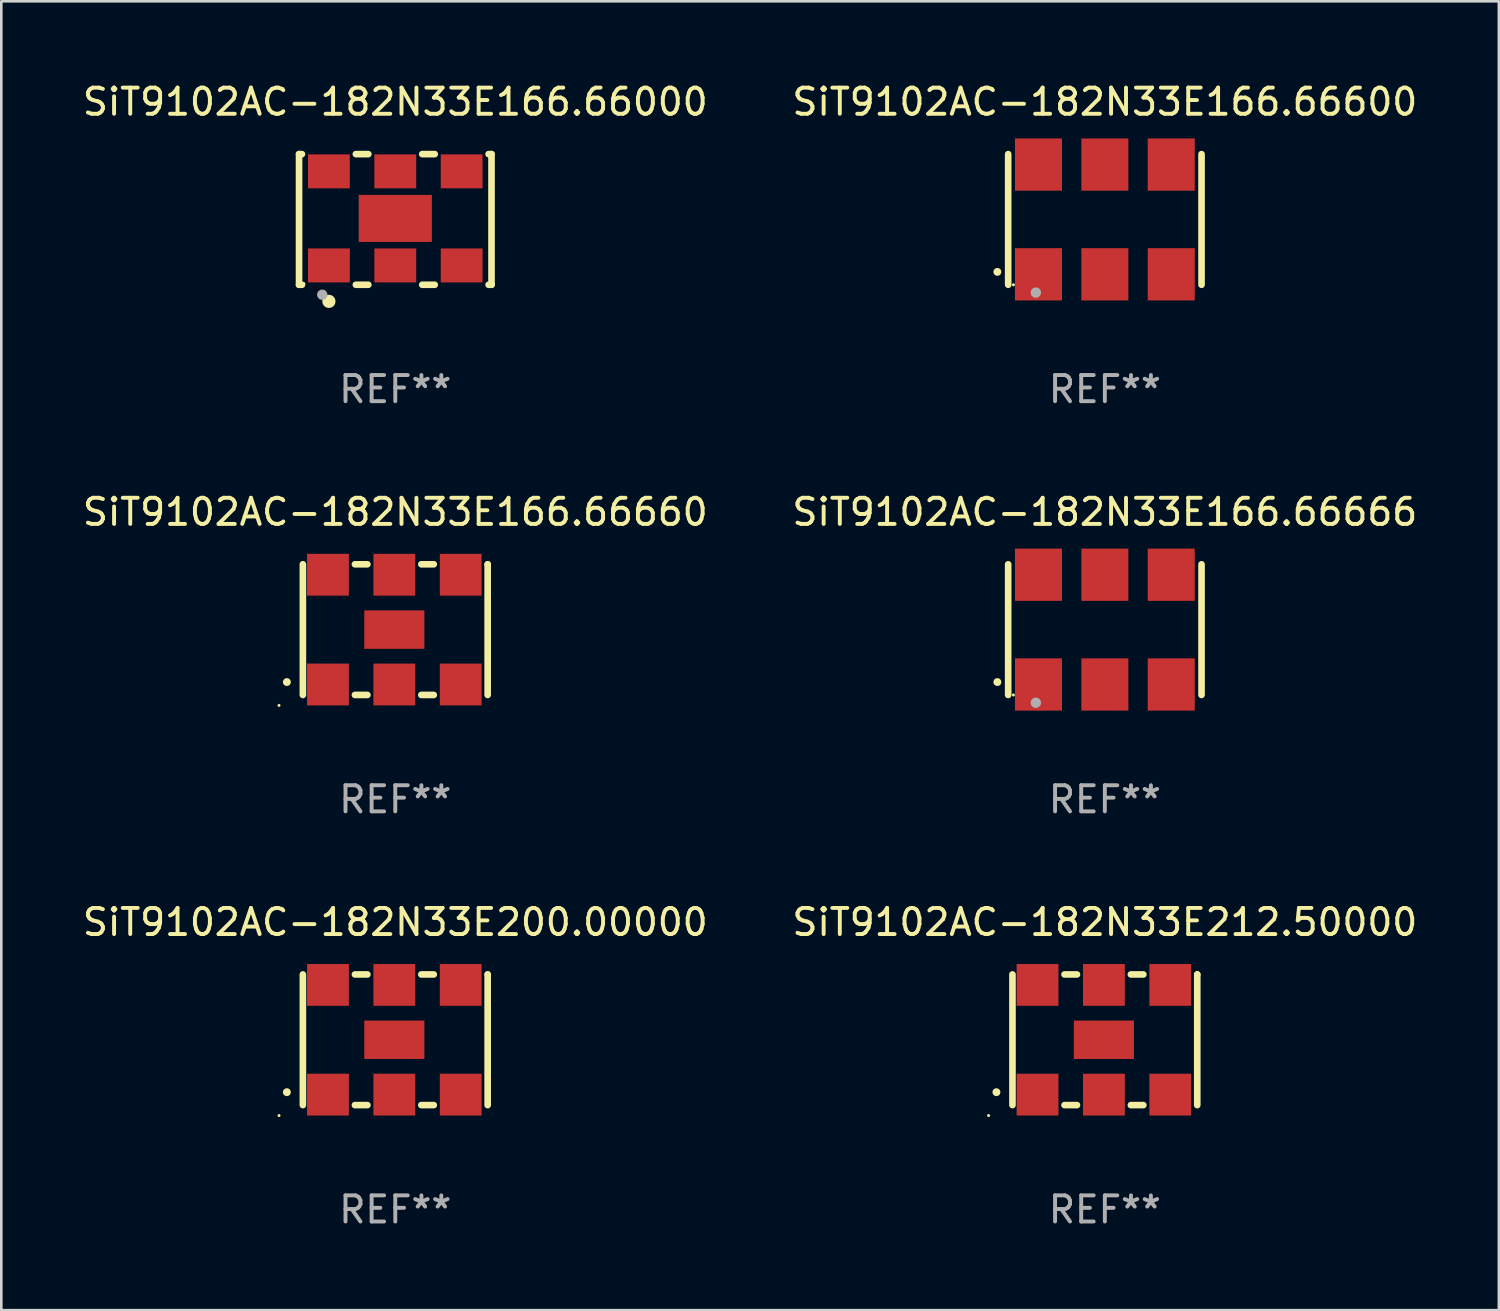
<source format=kicad_pcb>
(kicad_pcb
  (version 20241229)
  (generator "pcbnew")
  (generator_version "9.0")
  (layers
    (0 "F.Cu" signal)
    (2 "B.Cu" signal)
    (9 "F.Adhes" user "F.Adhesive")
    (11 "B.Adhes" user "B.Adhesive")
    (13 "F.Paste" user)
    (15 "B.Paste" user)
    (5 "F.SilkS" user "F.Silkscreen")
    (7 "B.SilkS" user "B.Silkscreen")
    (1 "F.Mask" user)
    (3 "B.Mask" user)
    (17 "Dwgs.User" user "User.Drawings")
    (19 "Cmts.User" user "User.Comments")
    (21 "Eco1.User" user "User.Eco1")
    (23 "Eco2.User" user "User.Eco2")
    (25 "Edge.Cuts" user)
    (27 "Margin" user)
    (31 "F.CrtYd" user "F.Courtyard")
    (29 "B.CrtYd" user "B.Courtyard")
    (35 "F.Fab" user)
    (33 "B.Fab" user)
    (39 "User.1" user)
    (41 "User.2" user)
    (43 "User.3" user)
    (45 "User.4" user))
  (footprint "SiT9102AC-182N33E166.66000"
    (layer "F.Cu")
    (at 12.077 5.348)
    (property "Reference" "SiT9102AC-182N33E166.66000" (at 0 -4.5 0) (layer "F.SilkS") (effects (font (size 1 1) (thickness 0.15))))
    (attr through_hole)
    (fp_line (start -3.683 -2.5) (end -3.571 -2.5) (stroke (width 0.254) (type solid)) (layer "F.SilkS"))
    (fp_line (start -3.683 2.5) (end -3.683 -2.5) (stroke (width 0.254) (type solid)) (layer "F.SilkS"))
    (fp_line (start -3.683 2.5) (end -3.571 2.5) (stroke (width 0.254) (type solid)) (layer "F.SilkS"))
    (fp_line (start -1.509 -2.5) (end -1.031 -2.5) (stroke (width 0.254) (type solid)) (layer "F.SilkS"))
    (fp_line (start -1.509 2.5) (end -1.031 2.5) (stroke (width 0.254) (type solid)) (layer "F.SilkS"))
    (fp_line (start 1.031 -2.5) (end 1.509 -2.5) (stroke (width 0.254) (type solid)) (layer "F.SilkS"))
    (fp_line (start 1.031 2.5) (end 1.509 2.5) (stroke (width 0.254) (type solid)) (layer "F.SilkS"))
    (fp_line (start 3.571 -2.5) (end 3.683 -2.5) (stroke (width 0.254) (type solid)) (layer "F.SilkS"))
    (fp_line (start 3.571 2.5) (end 3.683 2.5) (stroke (width 0.254) (type solid)) (layer "F.SilkS"))
    (fp_line (start 3.683 2.5) (end 3.683 -2.5) (stroke (width 0.254) (type solid)) (layer "F.SilkS"))
    (fp_circle (center -3.5 2.46) (end -3.47 2.46) (stroke (width 0.06) (type solid)) (fill no) (layer "F.SilkS"))
    (fp_circle (center -2.54 3.135) (end -2.413 3.135) (stroke (width 0.254) (type solid)) (fill no) (layer "F.SilkS"))
    (fp_circle (center -2.794 2.881) (end -2.694 2.881) (stroke (width 0.2) (type solid)) (fill no) (layer "F.Fab"))
    (fp_text user "REF**" (at 0 6.5 0) (layer "F.Fab") (effects (font (size 1 1) (thickness 0.15))))
    (pad "1" smd rect (at -2.54 1.76) (size 1.6 1.3) (layers "F.Cu" "F.Mask" "F.Paste"))
    (pad "2" smd rect (at 0 1.76) (size 1.6 1.3) (layers "F.Cu" "F.Mask" "F.Paste"))
    (pad "3" smd rect (at 2.54 1.76) (size 1.6 1.3) (layers "F.Cu" "F.Mask" "F.Paste"))
    (pad "4" smd rect (at 2.54 -1.84) (size 1.6 1.3) (layers "F.Cu" "F.Mask" "F.Paste"))
    (pad "5" smd rect (at 0 -1.84) (size 1.6 1.3) (layers "F.Cu" "F.Mask" "F.Paste"))
    (pad "6" smd rect (at -2.54 -1.84) (size 1.6 1.3) (layers "F.Cu" "F.Mask" "F.Paste"))
    (pad "7" smd rect (at 0 -0.04) (size 2.8 1.8) (layers "F.Cu" "F.Mask" "F.Paste")))
  (footprint "SiT9102AC-182N33E212.50000"
    (layer "F.Cu")
    (at 39.232 36.741)
    (property "Reference" "SiT9102AC-182N33E212.50000" (at 0 -4.5 0) (layer "F.SilkS") (effects (font (size 1 1) (thickness 0.15))))
    (attr through_hole)
    (fp_line (start -3.536 -2.5) (end -3.536 2.5) (stroke (width 0.254) (type solid)) (layer "F.SilkS"))
    (fp_line (start -1.544 2.5) (end -1.067 2.5) (stroke (width 0.254) (type solid)) (layer "F.SilkS"))
    (fp_line (start -1.067 -2.5) (end -1.544 -2.5) (stroke (width 0.254) (type solid)) (layer "F.SilkS"))
    (fp_line (start 0.996 2.5) (end 1.473 2.5) (stroke (width 0.254) (type solid)) (layer "F.SilkS"))
    (fp_line (start 1.473 -2.5) (end 0.996 -2.5) (stroke (width 0.254) (type solid)) (layer "F.SilkS"))
    (fp_line (start 3.536 -2.5) (end 3.536 -2.5) (stroke (width 0.254) (type solid)) (layer "F.SilkS"))
    (fp_line (start 3.536 2.5) (end 3.536 -2.5) (stroke (width 0.254) (type solid)) (layer "F.SilkS"))
    (fp_arc (start -4.150432 2.006604) (mid -4.149162 2.006599) (end -4.147892 2.006604) (stroke (width 0.3) (type solid)) (layer "F.SilkS"))
    (fp_circle (center -4.449 2.9) (end -4.419 2.9) (stroke (width 0.06) (type solid)) (fill no) (layer "F.SilkS"))
    (fp_text user "REF**" (at 0 6.5 0) (layer "F.Fab") (effects (font (size 1 1) (thickness 0.15))))
    (pad "1" smd rect (at -2.576 2.1) (size 1.6 1.6) (layers "F.Cu" "F.Mask" "F.Paste"))
    (pad "2" smd rect (at -0.036 2.1) (size 1.6 1.6) (layers "F.Cu" "F.Mask" "F.Paste"))
    (pad "3" smd rect (at 2.504 2.1) (size 1.6 1.6) (layers "F.Cu" "F.Mask" "F.Paste"))
    (pad "4" smd rect (at 2.504 -2.1) (size 1.6 1.6) (layers "F.Cu" "F.Mask" "F.Paste"))
    (pad "5" smd rect (at -0.036 -2.1) (size 1.6 1.6) (layers "F.Cu" "F.Mask" "F.Paste"))
    (pad "6" smd rect (at -2.576 -2.1) (size 1.6 1.6) (layers "F.Cu" "F.Mask" "F.Paste"))
    (pad "7" smd rect (at -0.036 0) (size 2.3 1.47) (layers "F.Cu" "F.Mask" "F.Paste")))
  (footprint "SiT9102AC-182N33E166.66666"
    (layer "F.Cu")
    (at 39.232 21.045)
    (property "Reference" "SiT9102AC-182N33E166.66666" (at 0 -4.5 0) (layer "F.SilkS") (effects (font (size 1 1) (thickness 0.15))))
    (attr through_hole)
    (fp_line (start -3.7 -2.5) (end -3.7 2.5) (stroke (width 0.254) (type solid)) (layer "F.SilkS"))
    (fp_line (start 3.7 -2.5) (end 3.7 2.5) (stroke (width 0.254) (type solid)) (layer "F.SilkS"))
    (fp_arc (start -4.114415 2.006604) (mid -4.113145 2.006599) (end -4.111875 2.006604) (stroke (width 0.3) (type solid)) (layer "F.SilkS"))
    (fp_circle (center -3.5 2.501) (end -3.47 2.501) (stroke (width 0.06) (type solid)) (fill no) (layer "F.SilkS"))
    (fp_circle (center -2.641 2.799) (end -2.541 2.799) (stroke (width 0.2) (type solid)) (fill no) (layer "F.Fab"))
    (fp_text user "REF**" (at 0 6.5 0) (layer "F.Fab") (effects (font (size 1 1) (thickness 0.15))))
    (pad "1" smd rect (at -2.54 2.1) (size 1.8 2) (layers "F.Cu" "F.Mask" "F.Paste"))
    (pad "2" smd rect (at 0.000394 2.1) (size 1.8 2) (layers "F.Cu" "F.Mask" "F.Paste"))
    (pad "3" smd rect (at 2.54 2.1) (size 1.8 2) (layers "F.Cu" "F.Mask" "F.Paste"))
    (pad "4" smd rect (at 2.54 -2.1) (size 1.8 2) (layers "F.Cu" "F.Mask" "F.Paste"))
    (pad "5" smd rect (at 0.000394 -2.1) (size 1.8 2) (layers "F.Cu" "F.Mask" "F.Paste"))
    (pad "6" smd rect (at -2.54 -2.1) (size 1.8 2) (layers "F.Cu" "F.Mask" "F.Paste")))
  (footprint "SiT9102AC-182N33E200.00000"
    (layer "F.Cu")
    (at 12.077 36.741)
    (property "Reference" "SiT9102AC-182N33E200.00000" (at 0 -4.5 0) (layer "F.SilkS") (effects (font (size 1 1) (thickness 0.15))))
    (attr through_hole)
    (fp_line (start -3.536 -2.5) (end -3.536 2.5) (stroke (width 0.254) (type solid)) (layer "F.SilkS"))
    (fp_line (start -1.544 2.5) (end -1.067 2.5) (stroke (width 0.254) (type solid)) (layer "F.SilkS"))
    (fp_line (start -1.067 -2.5) (end -1.544 -2.5) (stroke (width 0.254) (type solid)) (layer "F.SilkS"))
    (fp_line (start 0.996 2.5) (end 1.473 2.5) (stroke (width 0.254) (type solid)) (layer "F.SilkS"))
    (fp_line (start 1.473 -2.5) (end 0.996 -2.5) (stroke (width 0.254) (type solid)) (layer "F.SilkS"))
    (fp_line (start 3.536 -2.5) (end 3.536 -2.5) (stroke (width 0.254) (type solid)) (layer "F.SilkS"))
    (fp_line (start 3.536 2.5) (end 3.536 -2.5) (stroke (width 0.254) (type solid)) (layer "F.SilkS"))
    (fp_arc (start -4.150432 2.006604) (mid -4.149162 2.006599) (end -4.147892 2.006604) (stroke (width 0.3) (type solid)) (layer "F.SilkS"))
    (fp_circle (center -4.449 2.9) (end -4.419 2.9) (stroke (width 0.06) (type solid)) (fill no) (layer "F.SilkS"))
    (fp_text user "REF**" (at 0 6.5 0) (layer "F.Fab") (effects (font (size 1 1) (thickness 0.15))))
    (pad "1" smd rect (at -2.576 2.1) (size 1.6 1.6) (layers "F.Cu" "F.Mask" "F.Paste"))
    (pad "2" smd rect (at -0.036 2.1) (size 1.6 1.6) (layers "F.Cu" "F.Mask" "F.Paste"))
    (pad "3" smd rect (at 2.504 2.1) (size 1.6 1.6) (layers "F.Cu" "F.Mask" "F.Paste"))
    (pad "4" smd rect (at 2.504 -2.1) (size 1.6 1.6) (layers "F.Cu" "F.Mask" "F.Paste"))
    (pad "5" smd rect (at -0.036 -2.1) (size 1.6 1.6) (layers "F.Cu" "F.Mask" "F.Paste"))
    (pad "6" smd rect (at -2.576 -2.1) (size 1.6 1.6) (layers "F.Cu" "F.Mask" "F.Paste"))
    (pad "7" smd rect (at -0.036 0) (size 2.3 1.47) (layers "F.Cu" "F.Mask" "F.Paste")))
  (footprint "SiT9102AC-182N33E166.66660"
    (layer "F.Cu")
    (at 12.077 21.045)
    (property "Reference" "SiT9102AC-182N33E166.66660" (at 0 -4.5 0) (layer "F.SilkS") (effects (font (size 1 1) (thickness 0.15))))
    (attr through_hole)
    (fp_line (start -3.536 -2.5) (end -3.536 2.5) (stroke (width 0.254) (type solid)) (layer "F.SilkS"))
    (fp_line (start -1.544 2.5) (end -1.067 2.5) (stroke (width 0.254) (type solid)) (layer "F.SilkS"))
    (fp_line (start -1.067 -2.5) (end -1.544 -2.5) (stroke (width 0.254) (type solid)) (layer "F.SilkS"))
    (fp_line (start 0.996 2.5) (end 1.473 2.5) (stroke (width 0.254) (type solid)) (layer "F.SilkS"))
    (fp_line (start 1.473 -2.5) (end 0.996 -2.5) (stroke (width 0.254) (type solid)) (layer "F.SilkS"))
    (fp_line (start 3.536 -2.5) (end 3.536 -2.5) (stroke (width 0.254) (type solid)) (layer "F.SilkS"))
    (fp_line (start 3.536 2.5) (end 3.536 -2.5) (stroke (width 0.254) (type solid)) (layer "F.SilkS"))
    (fp_arc (start -4.150432 2.006604) (mid -4.149162 2.006599) (end -4.147892 2.006604) (stroke (width 0.3) (type solid)) (layer "F.SilkS"))
    (fp_circle (center -4.449 2.9) (end -4.419 2.9) (stroke (width 0.06) (type solid)) (fill no) (layer "F.SilkS"))
    (fp_text user "REF**" (at 0 6.5 0) (layer "F.Fab") (effects (font (size 1 1) (thickness 0.15))))
    (pad "1" smd rect (at -2.576 2.1) (size 1.6 1.6) (layers "F.Cu" "F.Mask" "F.Paste"))
    (pad "2" smd rect (at -0.036 2.1) (size 1.6 1.6) (layers "F.Cu" "F.Mask" "F.Paste"))
    (pad "3" smd rect (at 2.504 2.1) (size 1.6 1.6) (layers "F.Cu" "F.Mask" "F.Paste"))
    (pad "4" smd rect (at 2.504 -2.1) (size 1.6 1.6) (layers "F.Cu" "F.Mask" "F.Paste"))
    (pad "5" smd rect (at -0.036 -2.1) (size 1.6 1.6) (layers "F.Cu" "F.Mask" "F.Paste"))
    (pad "6" smd rect (at -2.576 -2.1) (size 1.6 1.6) (layers "F.Cu" "F.Mask" "F.Paste"))
    (pad "7" smd rect (at -0.036 0) (size 2.3 1.47) (layers "F.Cu" "F.Mask" "F.Paste")))
  (footprint "SiT9102AC-182N33E166.66600"
    (layer "F.Cu")
    (at 39.232 5.348)
    (property "Reference" "SiT9102AC-182N33E166.66600" (at 0 -4.5 0) (layer "F.SilkS") (effects (font (size 1 1) (thickness 0.15))))
    (attr through_hole)
    (fp_line (start -3.7 -2.5) (end -3.7 2.5) (stroke (width 0.254) (type solid)) (layer "F.SilkS"))
    (fp_line (start 3.7 -2.5) (end 3.7 2.5) (stroke (width 0.254) (type solid)) (layer "F.SilkS"))
    (fp_arc (start -4.114415 2.006604) (mid -4.113145 2.006599) (end -4.111875 2.006604) (stroke (width 0.3) (type solid)) (layer "F.SilkS"))
    (fp_circle (center -3.5 2.501) (end -3.47 2.501) (stroke (width 0.06) (type solid)) (fill no) (layer "F.SilkS"))
    (fp_circle (center -2.641 2.799) (end -2.541 2.799) (stroke (width 0.2) (type solid)) (fill no) (layer "F.Fab"))
    (fp_text user "REF**" (at 0 6.5 0) (layer "F.Fab") (effects (font (size 1 1) (thickness 0.15))))
    (pad "1" smd rect (at -2.54 2.1) (size 1.8 2) (layers "F.Cu" "F.Mask" "F.Paste"))
    (pad "2" smd rect (at 0.000394 2.1) (size 1.8 2) (layers "F.Cu" "F.Mask" "F.Paste"))
    (pad "3" smd rect (at 2.54 2.1) (size 1.8 2) (layers "F.Cu" "F.Mask" "F.Paste"))
    (pad "4" smd rect (at 2.54 -2.1) (size 1.8 2) (layers "F.Cu" "F.Mask" "F.Paste"))
    (pad "5" smd rect (at 0.000394 -2.1) (size 1.8 2) (layers "F.Cu" "F.Mask" "F.Paste"))
    (pad "6" smd rect (at -2.54 -2.1) (size 1.8 2) (layers "F.Cu" "F.Mask" "F.Paste")))
  (gr_rect
    (start -3 -3)
    (end 54.31 47.09)
    (stroke (width 0.1) (type default))
    (fill no)
    (layer "Edge.Cuts")))
</source>
